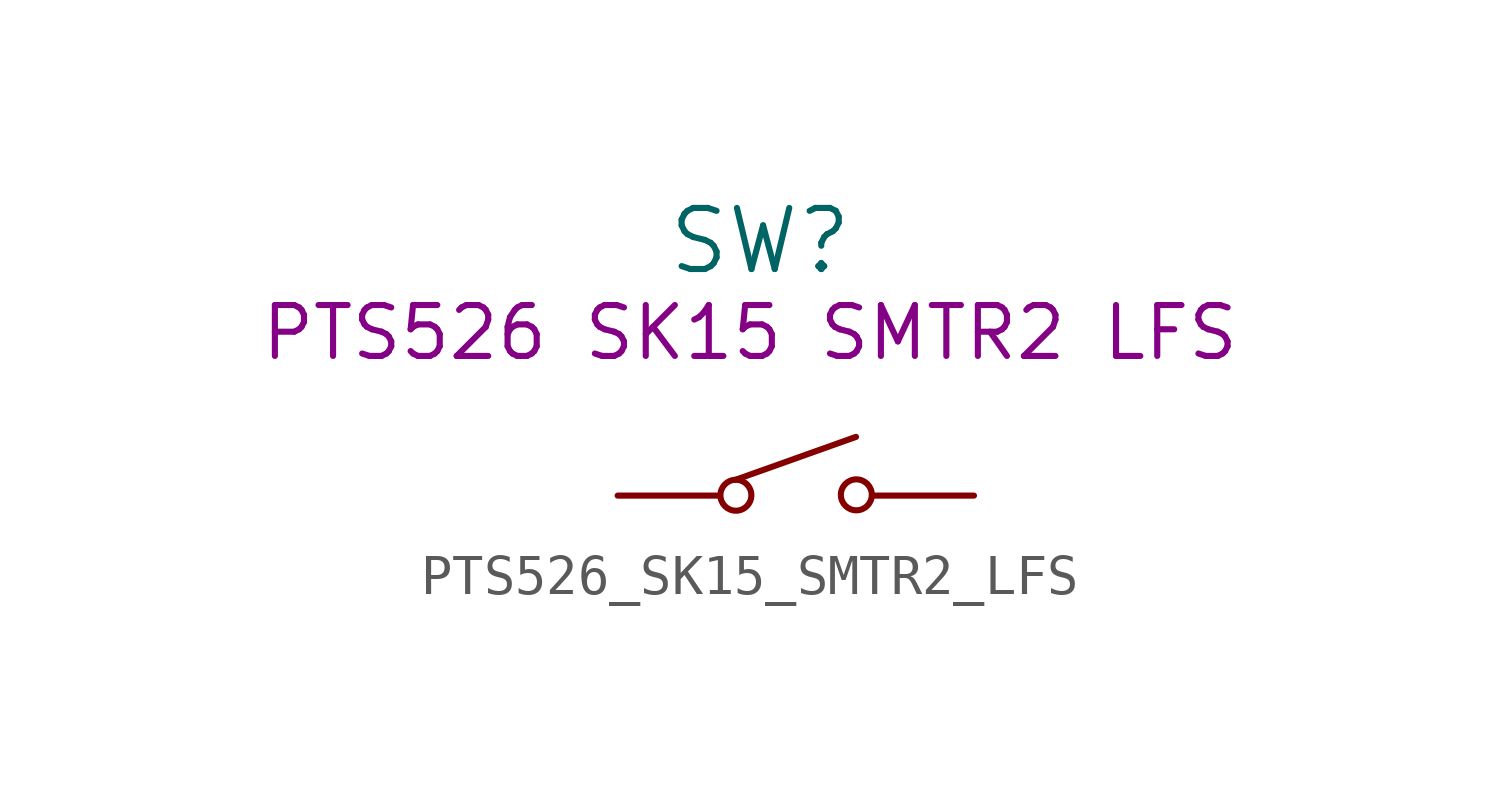
<source format=kicad_sym>
(kicad_symbol_lib
  (version 20231120)
  (generator "kicad_symbol_editor")
  (generator_version "8.0")
  (symbol "PTS526_SK15_SMTR2_LFS"
    (pin_numbers hide)
    (pin_names
      (offset 0.254))
    (property "Reference" "SW"
      (at 3.556 6.35 0)
      (effects (font (size 1.524 1.524))))
    (property "MPN" "PTS526 SK15 SMTR2 LFS"
      (at 3.302 4.064 0)
      (effects (font (size 1.27 1.27))))
    (symbol "PTS526_SK15_SMTR2_LFS_0_1"
      (polyline (pts (xy 2.943 0.395) (xy 5.946 1.465)) (stroke (width 0) (type default)) (fill (type none)))
      (circle (center 2.95 0.009) (radius 0.386) (stroke (width 0) (type default)) (fill (type none)))
      (circle (center 5.955 0.019) (radius 0.386) (stroke (width 0) (type default)) (fill (type none))))
    (symbol "PTS526_SK15_SMTR2_LFS_1_1"
      (pin passive line (at 0 0 0) (length 2.54) (name "" (effects (font (size 1.27 1.27)))) (number "1" (effects (font (size 1.27 1.27)))))
      (pin passive line (at 0 0 0) (length 2.54) hide (name "" (effects (font (size 1.27 1.27)))) (number "2" (effects (font (size 1.27 1.27)))))
      (pin passive line (at 8.89 0 180) (length 2.54) (name "" (effects (font (size 1.27 1.27)))) (number "3" (effects (font (size 1.27 1.27)))))
      (pin passive line (at 8.89 0 180) (length 2.54) hide (name "" (effects (font (size 1.27 1.27)))) (number "4" (effects (font (size 1.27 1.27))))))))
</source>
